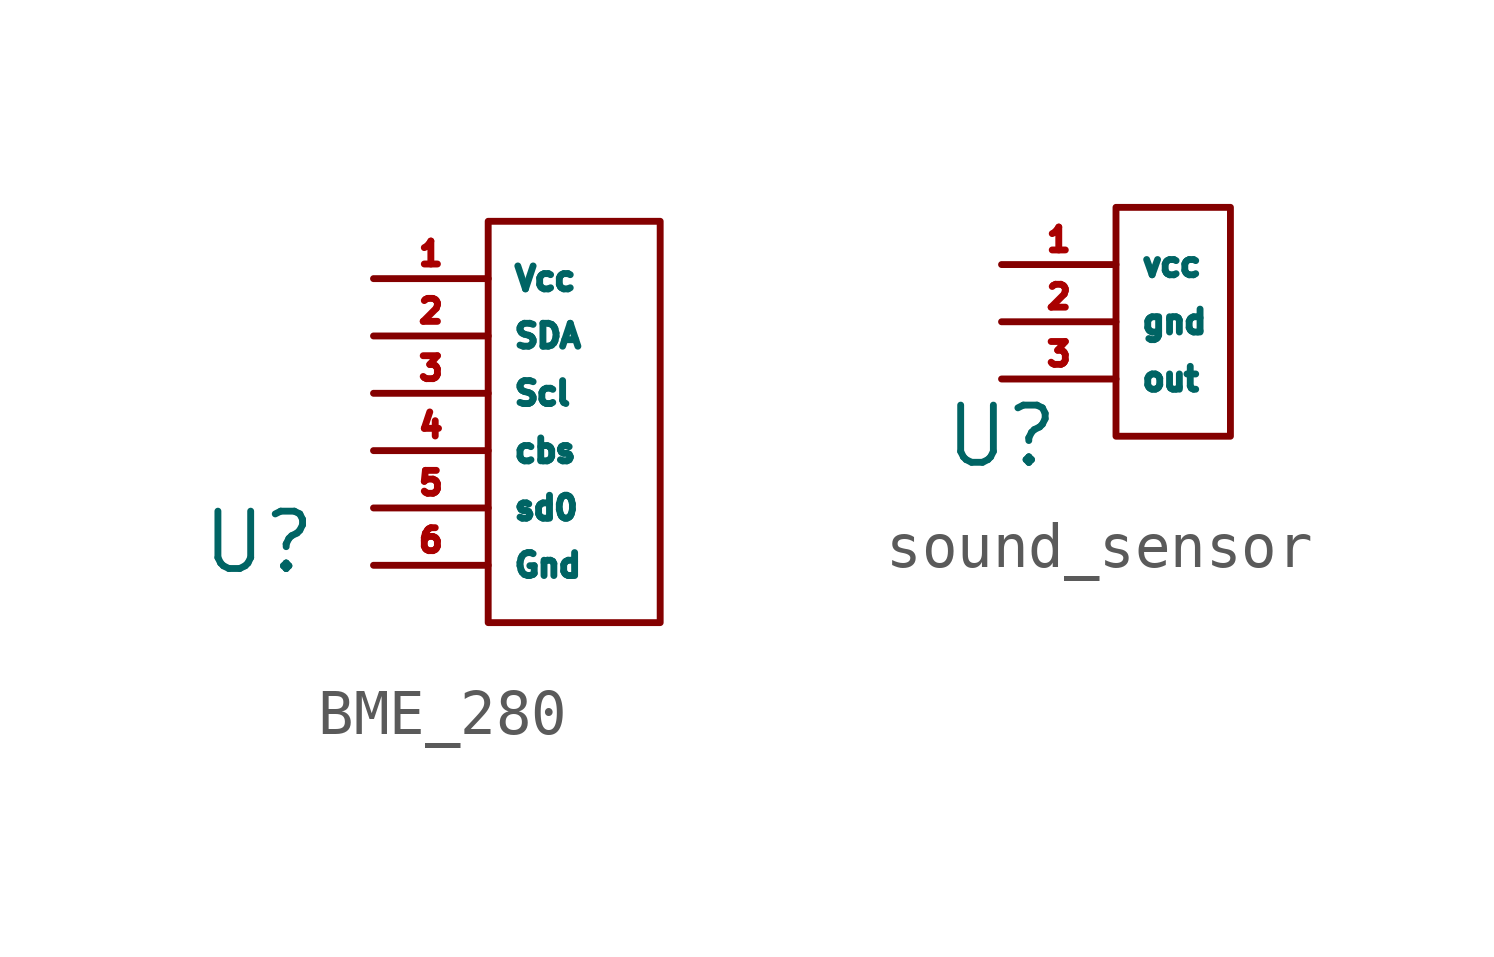
<source format=kicad_sym>
(kicad_symbol_lib
  (version 20241209)
  (generator "kicad_symbol_editor")
  (generator_version "9.0")
  (symbol "BME_280"
    (property "Reference" "U"
      (at -2.54 1.778 0)
      (effects (font (size 1.27 1.27))))
    (property "Value" ""
      (at 0 0 0)
      (effects (font (size 1.27 1.27))))
    (symbol "BME_280_0_1"
      (rectangle (start 2.54 0) (end 6.35 8.89) (stroke (width 0) (type default)) (fill (type none))))
    (symbol "BME_280_1_1"
      (pin power_in line (at 0 7.62 0) (length 2.54) (name "Vcc" (effects (font (size 0.508 0.508)))) (number "1" (effects (font (size 0.508 0.508)))))
      (pin bidirectional line (at 0 6.35 0) (length 2.54) (name "SDA" (effects (font (size 0.508 0.508)))) (number "2" (effects (font (size 0.508 0.508)))))
      (pin output line (at 0 5.08 0) (length 2.54) (name "Scl" (effects (font (size 0.508 0.508)))) (number "3" (effects (font (size 0.508 0.508)))))
      (pin power_in line (at 0 3.81 0) (length 2.54) (name "cbs" (effects (font (size 0.508 0.508)))) (number "4" (effects (font (size 0.508 0.508)))))
      (pin power_in line (at 0 2.54 0) (length 2.54) (name "sd0" (effects (font (size 0.508 0.508)))) (number "5" (effects (font (size 0.508 0.508)))))
      (pin power_in line (at 0 1.27 0) (length 2.54) (name "Gnd" (effects (font (size 0.508 0.508)))) (number "6" (effects (font (size 0.508 0.508)))))))
  (symbol "sound_sensor"
    (property "Reference" "U"
      (at 0 0 0)
      (effects (font (size 1.27 1.27))))
    (property "Value" ""
      (at 0 0 0)
      (effects (font (size 1.27 1.27))))
    (symbol "sound_sensor_0_1"
      (rectangle (start 2.54 0) (end 5.08 5.08) (stroke (width 0) (type default)) (fill (type none))))
    (symbol "sound_sensor_1_1"
      (pin power_in line (at 0 3.81 0) (length 2.54) (name "vcc" (effects (font (size 0.508 0.508)))) (number "1" (effects (font (size 0.508 0.508)))))
      (pin power_in line (at 0 2.54 0) (length 2.54) (name "gnd" (effects (font (size 0.508 0.508)))) (number "2" (effects (font (size 0.508 0.508)))))
      (pin output line (at 0 1.27 0) (length 2.54) (name "out" (effects (font (size 0.508 0.508)))) (number "3" (effects (font (size 0.508 0.508))))))))
</source>
